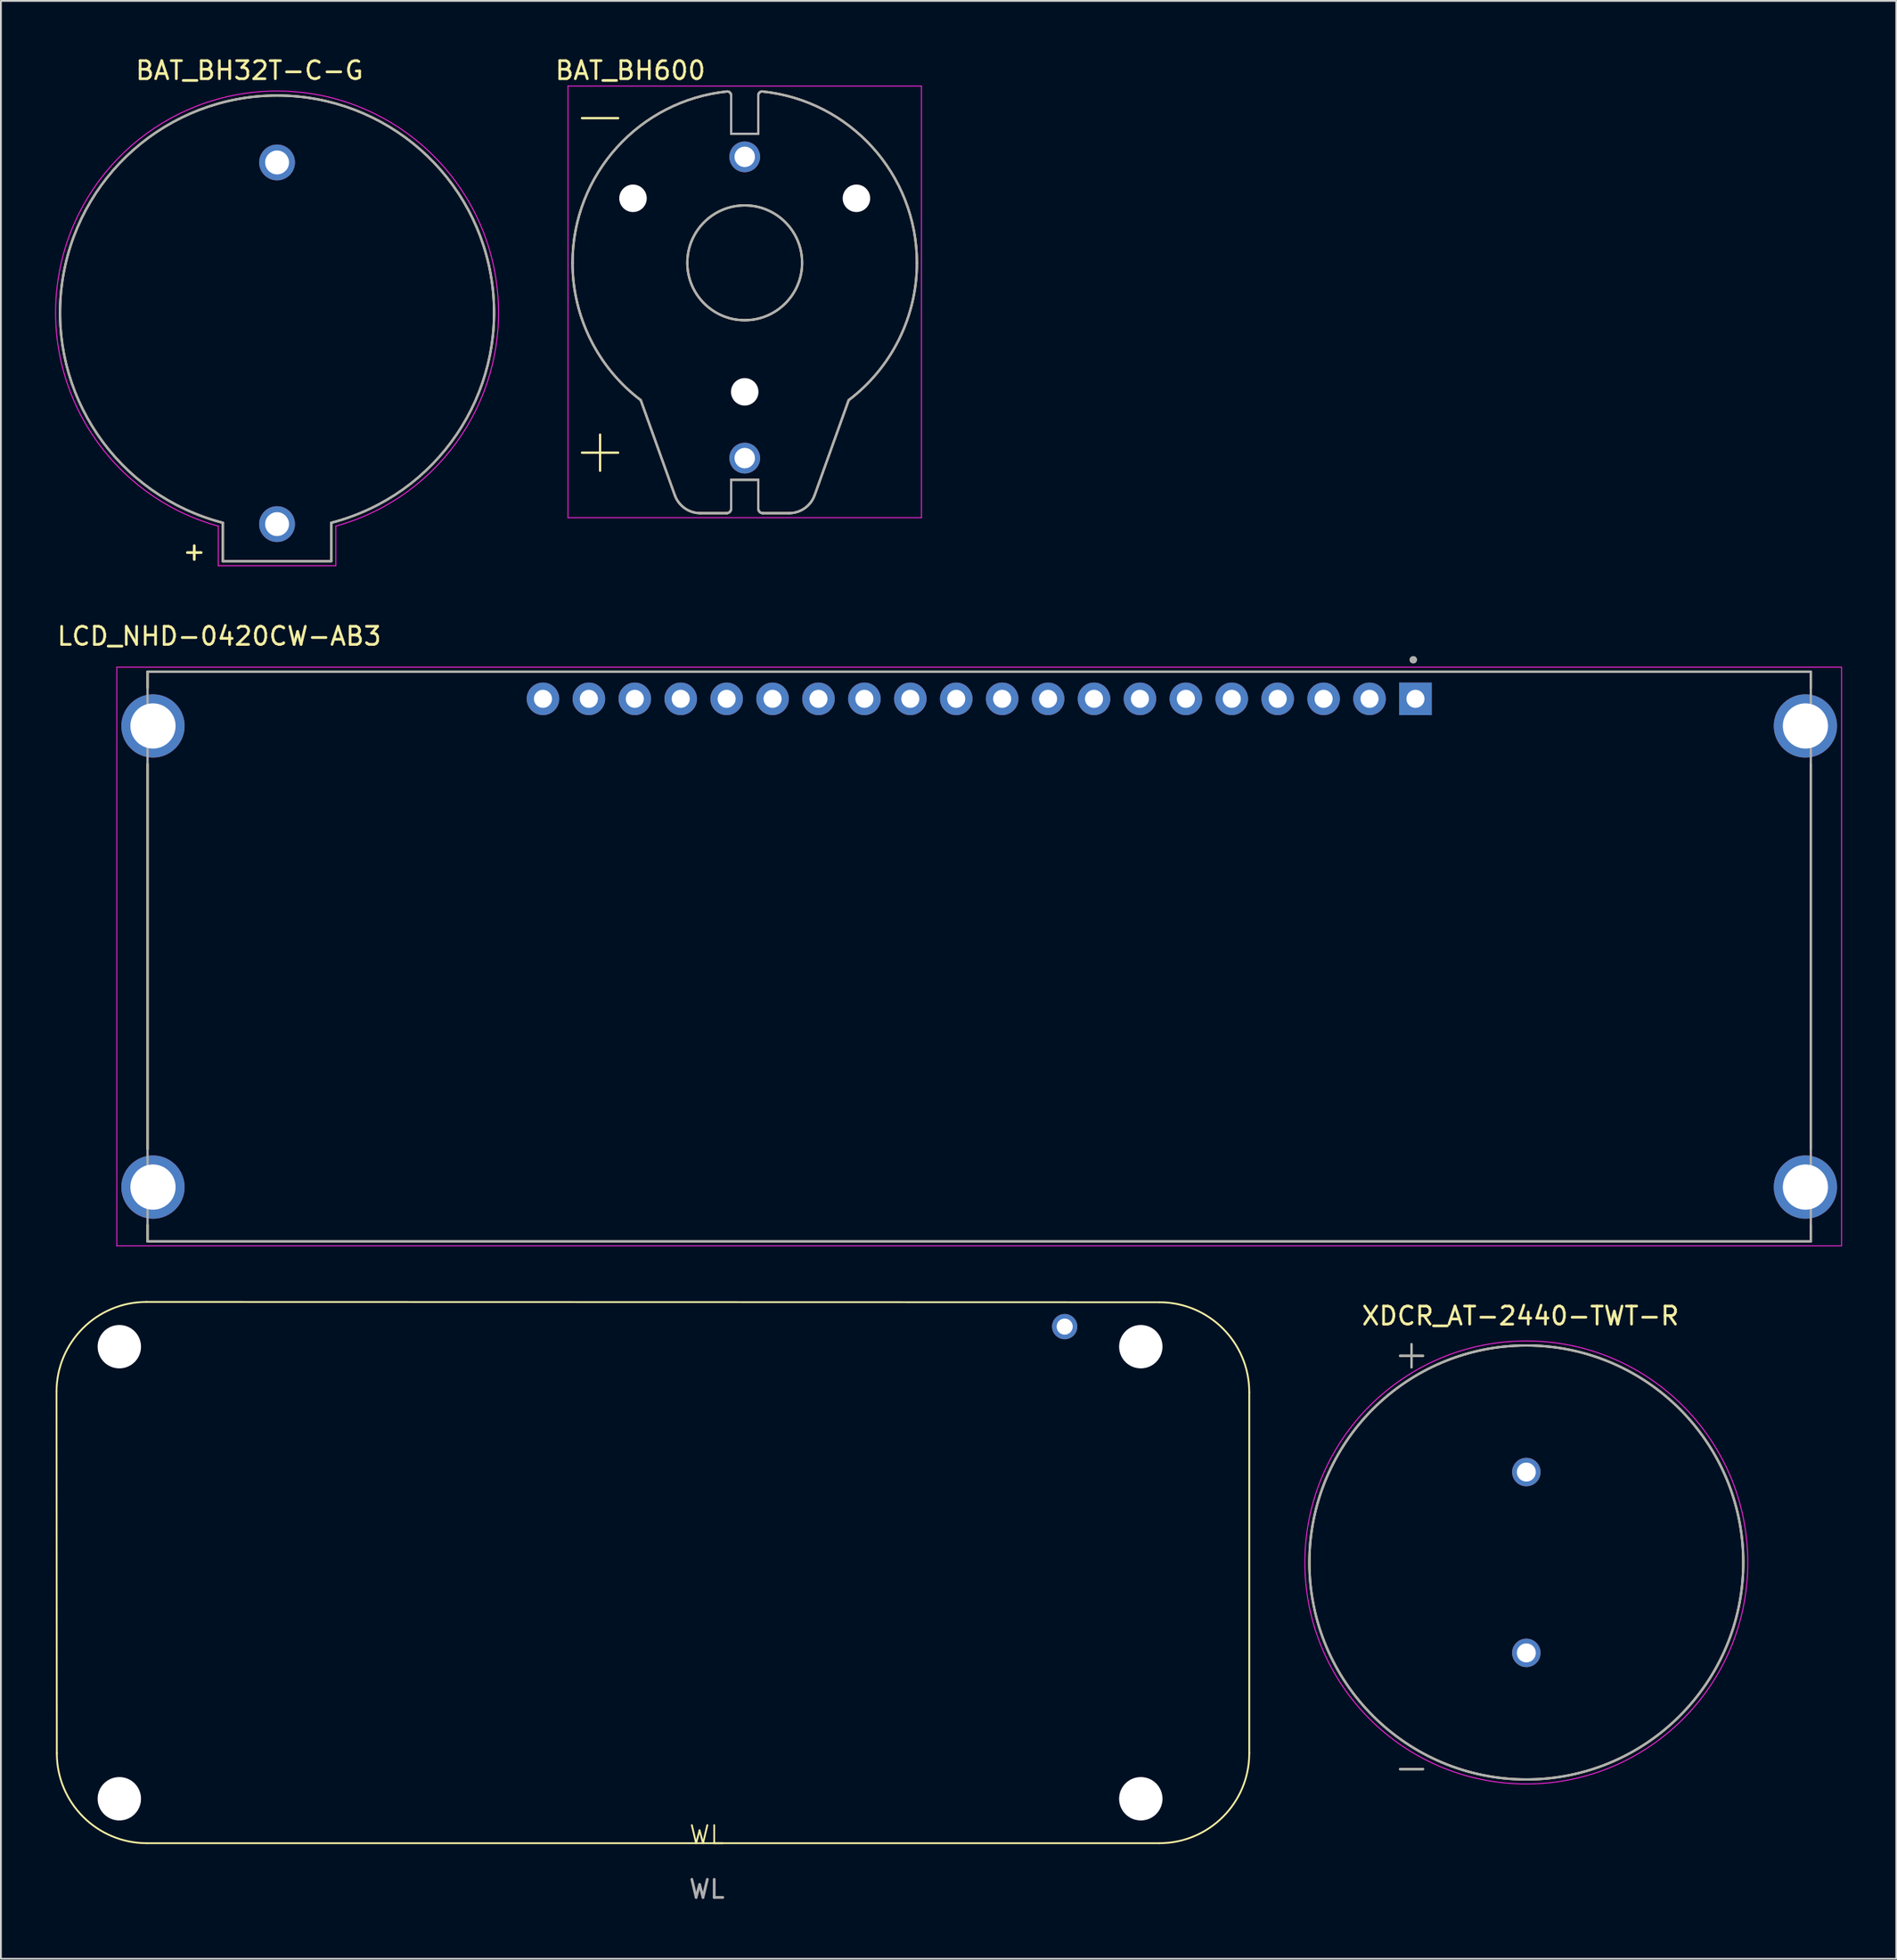
<source format=kicad_pcb>
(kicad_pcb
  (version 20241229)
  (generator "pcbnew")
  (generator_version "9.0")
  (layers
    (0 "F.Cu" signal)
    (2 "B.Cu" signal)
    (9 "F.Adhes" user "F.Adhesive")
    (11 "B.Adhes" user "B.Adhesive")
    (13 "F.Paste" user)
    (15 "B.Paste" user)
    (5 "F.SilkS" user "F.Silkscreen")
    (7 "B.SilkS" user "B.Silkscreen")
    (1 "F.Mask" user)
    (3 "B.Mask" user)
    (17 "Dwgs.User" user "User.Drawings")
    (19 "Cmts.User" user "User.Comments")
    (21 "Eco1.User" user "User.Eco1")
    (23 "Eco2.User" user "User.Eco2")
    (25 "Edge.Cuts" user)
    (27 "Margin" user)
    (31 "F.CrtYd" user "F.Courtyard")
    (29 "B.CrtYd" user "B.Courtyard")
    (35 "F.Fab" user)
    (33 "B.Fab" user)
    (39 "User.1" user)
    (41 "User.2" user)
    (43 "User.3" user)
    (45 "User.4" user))
  (footprint "BAT_BH32T-C-G"
    (layer "F.Cu")
    (at 12.275 14.233)
    (property "Reference" "BAT_BH32T-C-G" (at -1.525 -13.385 0) (layer "F.SilkS") (effects (font (size 1 1) (thickness 0.15))))
    (attr through_hole)
    (fp_line (start -3 13.75) (end -3 11.625) (stroke (width 0.127) (type solid)) (layer "F.SilkS"))
    (fp_line (start -3 13.75) (end 3 13.75) (stroke (width 0.127) (type solid)) (layer "F.SilkS"))
    (fp_line (start 3 13.75) (end 3 11.625) (stroke (width 0.127) (type solid)) (layer "F.SilkS"))
    (fp_arc (start -3 11.625) (mid 0 -12.000567) (end 3 11.625) (stroke (width 0.127) (type solid)) (layer "F.SilkS"))
    (fp_line (start -3.25 11.811) (end -3.25 14) (stroke (width 0.05) (type solid)) (layer "F.CrtYd"))
    (fp_line (start -3.25 14) (end 3.25 14) (stroke (width 0.05) (type solid)) (layer "F.CrtYd"))
    (fp_line (start 3.25 14) (end 3.25 11.811) (stroke (width 0.05) (type solid)) (layer "F.CrtYd"))
    (fp_arc (start -3.25 11.811) (mid 0 -12.249447) (end 3.25 11.811) (stroke (width 0.05) (type solid)) (layer "F.CrtYd"))
    (fp_line (start -3 13.75) (end -3 11.625) (stroke (width 0.127) (type solid)) (layer "F.Fab"))
    (fp_line (start -3 13.75) (end 3 13.75) (stroke (width 0.127) (type solid)) (layer "F.Fab"))
    (fp_line (start 3 13.75) (end 3 11.625) (stroke (width 0.127) (type solid)) (layer "F.Fab"))
    (fp_arc (start -3 11.625) (mid 0 -12.000567) (end 3 11.625) (stroke (width 0.127) (type solid)) (layer "F.Fab"))
    (fp_text user "+" (at -4.58 13.2 0) (layer "F.SilkS") (effects (font (size 1 1) (thickness 0.15))))
    (pad "+" thru_hole circle (at 0 11.7) (size 1.981 1.981) (drill 1.321) (layers "*.Cu" "*.Mask"))
    (pad "-" thru_hole circle (at 0 -8.3) (size 1.981 1.981) (drill 1.321) (layers "*.Cu" "*.Mask")))
  (footprint "WL"
    (layer "F.Cu")
    (at 36.05 98.92)
    (property "Reference" "WL" (at 0 -0.5 0) (unlocked yes) (layer "F.SilkS") (effects (font (size 1 1) (thickness 0.1))))
    (attr through_hole)
    (fp_line (start -35.957 -5.017) (end -35.974 -25) (stroke (width 0.1) (type default)) (layer "F.SilkS"))
    (fp_line (start -31 -29.974) (end 25.026 -29.957) (stroke (width 0.1) (type default)) (layer "F.SilkS"))
    (fp_line (start 25.026 -0.043) (end -30.983 -0.043) (stroke (width 0.1) (type default)) (layer "F.SilkS"))
    (fp_line (start 30 -24.983) (end 30 -5.017) (stroke (width 0.1) (type default)) (layer "F.SilkS"))
    (fp_arc (start -35.974098 -25) (mid -34.517218 -28.517218) (end -31 -29.974098) (stroke (width 0.1) (type default)) (layer "F.SilkS"))
    (fp_arc (start -30.982782 -0.04312) (mid -34.5 -1.5) (end -35.95688 -5.017218) (stroke (width 0.1) (type default)) (layer "F.SilkS"))
    (fp_arc (start 25.025902 -29.95688) (mid 28.54312 -28.5) (end 30 -24.982782) (stroke (width 0.1) (type default)) (layer "F.SilkS"))
    (fp_arc (start 30 -5.017218) (mid 28.54312 -1.5) (end 25.025902 -0.04312) (stroke (width 0.1) (type default)) (layer "F.SilkS"))
    (fp_rect (start -36 -30) (end 30 0) (stroke (width 0.1) (type default)) (fill no) (layer "User.2"))
    (fp_rect (start 5.359 -6.172) (end 13.995 1.194) (stroke (width 0.1) (type default)) (fill no) (layer "User.2"))
    (fp_text user "${REFERENCE}" (at 0 2.5 0) (unlocked yes) (layer "F.Fab") (effects (font (size 1 1) (thickness 0.15))))
    (pad "" np_thru_hole circle (at -32.5 -27.5) (size 2.4 2.4) (drill 2.4) (layers "*.Cu" "*.Mask"))
    (pad "" np_thru_hole circle (at -32.5 -2.5) (size 2.4 2.4) (drill 2.4) (layers "*.Cu" "*.Mask"))
    (pad "" thru_hole circle (at 19.79 -28.61) (size 1.397 1.397) (drill 0.889) (layers "*.Cu" "*.Mask"))
    (pad "" np_thru_hole circle (at 24 -27.5) (size 2.4 2.4) (drill 2.4) (layers "*.Cu" "*.Mask"))
    (pad "" np_thru_hole circle (at 24 -2.5) (size 2.4 2.4) (drill 2.4) (layers "*.Cu" "*.Mask")))
  (footprint "BAT_BH600"
    (layer "F.Cu")
    (at 38.142 11.483)
    (property "Reference" "BAT_BH600" (at -6.325 -10.635 0) (layer "F.SilkS") (effects (font (size 1 1) (thickness 0.15))))
    (attr through_hole)
    (fp_line (start -9 -8) (end -7 -8) (stroke (width 0.127) (type solid)) (layer "F.SilkS"))
    (fp_line (start -9 10.5) (end -7 10.5) (stroke (width 0.127) (type solid)) (layer "F.SilkS"))
    (fp_line (start -8 9.5) (end -8 11.5) (stroke (width 0.127) (type solid)) (layer "F.SilkS"))
    (fp_line (start -5.75 7.595) (end -3.867 12.851) (stroke (width 0.127) (type solid)) (layer "F.SilkS"))
    (fp_line (start -2.455 13.845) (end -1 13.845) (stroke (width 0.127) (type solid)) (layer "F.SilkS"))
    (fp_line (start -0.75 -7.135) (end -0.75 -9.25) (stroke (width 0.127) (type solid)) (layer "F.SilkS"))
    (fp_line (start -0.75 -7.135) (end 0.75 -7.135) (stroke (width 0.127) (type solid)) (layer "F.SilkS"))
    (fp_line (start -0.75 12) (end 0.75 12) (stroke (width 0.127) (type solid)) (layer "F.SilkS"))
    (fp_line (start -0.75 13.595) (end -0.75 12) (stroke (width 0.127) (type solid)) (layer "F.SilkS"))
    (fp_line (start 0.75 -7.135) (end 0.75 -9.25) (stroke (width 0.127) (type solid)) (layer "F.SilkS"))
    (fp_line (start 0.75 13.595) (end 0.75 12) (stroke (width 0.127) (type solid)) (layer "F.SilkS"))
    (fp_line (start 2.455 13.845) (end 1 13.845) (stroke (width 0.127) (type solid)) (layer "F.SilkS"))
    (fp_line (start 5.75 7.595) (end 3.867 12.851) (stroke (width 0.127) (type solid)) (layer "F.SilkS"))
    (fp_arc (start -9.525 0) (mid -7.066428 -6.386253) (end -0.960001 -9.475) (stroke (width 0.127) (type solid)) (layer "F.SilkS"))
    (fp_arc (start -5.75 7.595) (mid -8.530028 4.24112) (end -9.525 0) (stroke (width 0.127) (type solid)) (layer "F.SilkS"))
    (fp_arc (start -2.45476 13.845) (mid -3.318211 13.57154) (end -3.86685 12.8509) (stroke (width 0.127) (type solid)) (layer "F.SilkS"))
    (fp_arc (start -0.96 -9.475) (mid -0.808401 -9.405992) (end -0.75 -9.25) (stroke (width 0.127) (type solid)) (layer "F.SilkS"))
    (fp_arc (start -0.75 13.595) (mid -0.823223 13.771777) (end -1 13.845) (stroke (width 0.127) (type solid)) (layer "F.SilkS"))
    (fp_arc (start 0.75 -9.25) (mid 0.807691 -9.406655) (end 0.96 -9.475) (stroke (width 0.127) (type solid)) (layer "F.SilkS"))
    (fp_arc (start 0.960001 -9.475) (mid 7.066428 -6.386253) (end 9.525 0) (stroke (width 0.127) (type solid)) (layer "F.SilkS"))
    (fp_arc (start 1 13.845) (mid 0.823223 13.771777) (end 0.75 13.595) (stroke (width 0.127) (type solid)) (layer "F.SilkS"))
    (fp_arc (start 3.86685 12.8509) (mid 3.318211 13.57154) (end 2.45476 13.845) (stroke (width 0.127) (type solid)) (layer "F.SilkS"))
    (fp_arc (start 9.525 0) (mid 8.530028 4.24112) (end 5.75 7.595) (stroke (width 0.127) (type solid)) (layer "F.SilkS"))
    (fp_circle (center 0 0) (end 3.175 0) (stroke (width 0.127) (type solid)) (fill no) (layer "F.SilkS"))
    (fp_line (start -9.775 -9.775) (end -9.775 14.095) (stroke (width 0.05) (type solid)) (layer "F.CrtYd"))
    (fp_line (start -9.775 14.095) (end 9.775 14.095) (stroke (width 0.05) (type solid)) (layer "F.CrtYd"))
    (fp_line (start 9.775 -9.775) (end -9.775 -9.775) (stroke (width 0.05) (type solid)) (layer "F.CrtYd"))
    (fp_line (start 9.775 14.095) (end 9.775 -9.775) (stroke (width 0.05) (type solid)) (layer "F.CrtYd"))
    (fp_line (start -5.75 7.595) (end -3.867 12.851) (stroke (width 0.127) (type solid)) (layer "F.Fab"))
    (fp_line (start -2.455 13.845) (end -1 13.845) (stroke (width 0.127) (type solid)) (layer "F.Fab"))
    (fp_line (start -0.75 -7.135) (end -0.75 -9.25) (stroke (width 0.127) (type solid)) (layer "F.Fab"))
    (fp_line (start -0.75 -7.135) (end 0.75 -7.135) (stroke (width 0.127) (type solid)) (layer "F.Fab"))
    (fp_line (start -0.75 12) (end 0.75 12) (stroke (width 0.127) (type solid)) (layer "F.Fab"))
    (fp_line (start -0.75 13.595) (end -0.75 12) (stroke (width 0.127) (type solid)) (layer "F.Fab"))
    (fp_line (start 0.75 -7.135) (end 0.75 -9.25) (stroke (width 0.127) (type solid)) (layer "F.Fab"))
    (fp_line (start 0.75 13.595) (end 0.75 12) (stroke (width 0.127) (type solid)) (layer "F.Fab"))
    (fp_line (start 2.455 13.845) (end 1 13.845) (stroke (width 0.127) (type solid)) (layer "F.Fab"))
    (fp_line (start 5.75 7.595) (end 3.867 12.851) (stroke (width 0.127) (type solid)) (layer "F.Fab"))
    (fp_arc (start -9.525 0) (mid -7.066428 -6.386253) (end -0.960001 -9.475) (stroke (width 0.127) (type solid)) (layer "F.Fab"))
    (fp_arc (start -5.75 7.595) (mid -8.530028 4.24112) (end -9.525 0) (stroke (width 0.127) (type solid)) (layer "F.Fab"))
    (fp_arc (start -2.45476 13.845) (mid -3.318211 13.57154) (end -3.86685 12.8509) (stroke (width 0.127) (type solid)) (layer "F.Fab"))
    (fp_arc (start -0.96 -9.475) (mid -0.808401 -9.405992) (end -0.75 -9.25) (stroke (width 0.127) (type solid)) (layer "F.Fab"))
    (fp_arc (start -0.75 13.595) (mid -0.823223 13.771777) (end -1 13.845) (stroke (width 0.127) (type solid)) (layer "F.Fab"))
    (fp_arc (start 0.75 -9.25) (mid 0.807691 -9.406655) (end 0.96 -9.475) (stroke (width 0.127) (type solid)) (layer "F.Fab"))
    (fp_arc (start 0.960001 -9.475) (mid 7.066428 -6.386253) (end 9.525 0) (stroke (width 0.127) (type solid)) (layer "F.Fab"))
    (fp_arc (start 1 13.845) (mid 0.823223 13.771777) (end 0.75 13.595) (stroke (width 0.127) (type solid)) (layer "F.Fab"))
    (fp_arc (start 3.86685 12.8509) (mid 3.318211 13.57154) (end 2.45476 13.845) (stroke (width 0.127) (type solid)) (layer "F.Fab"))
    (fp_arc (start 9.525 0) (mid 8.530028 4.24112) (end 5.75 7.595) (stroke (width 0.127) (type solid)) (layer "F.Fab"))
    (fp_circle (center 0 0) (end 3.175 0) (stroke (width 0.127) (type solid)) (fill no) (layer "F.Fab"))
    (pad "" np_thru_hole circle (at -6.179 -3.567) (size 1.52 1.52) (drill 1.52) (layers "*.Cu" "*.Mask"))
    (pad "" np_thru_hole circle (at 0 7.135) (size 1.52 1.52) (drill 1.52) (layers "*.Cu" "*.Mask"))
    (pad "" np_thru_hole circle (at 6.179 -3.567) (size 1.52 1.52) (drill 1.52) (layers "*.Cu" "*.Mask"))
    (pad "+" thru_hole circle (at 0 10.8) (size 1.7 1.7) (drill 1.13) (layers "*.Cu" "*.Mask"))
    (pad "-" thru_hole circle (at 0 -5.86) (size 1.7 1.7) (drill 1.13) (layers "*.Cu" "*.Mask")))
  (footprint "XDCR_AT-2440-TWT-R"
    (layer "F.Cu")
    (at 81.375 83.353)
    (property "Reference" "XDCR_AT-2440-TWT-R" (at -0.325 -13.635 0) (layer "F.SilkS") (effects (font (size 1 1) (thickness 0.15))))
    (attr through_hole)
    (fp_line (start -6.985 -11.43) (end -5.715 -11.43) (stroke (width 0.127) (type solid)) (layer "F.SilkS"))
    (fp_line (start -6.985 11.43) (end -5.715 11.43) (stroke (width 0.127) (type solid)) (layer "F.SilkS"))
    (fp_line (start -6.35 -12.065) (end -6.35 -10.795) (stroke (width 0.127) (type solid)) (layer "F.SilkS"))
    (fp_circle (center 0 0) (end 12 0) (stroke (width 0.127) (type solid)) (fill no) (layer "F.SilkS"))
    (fp_circle (center 0 0) (end 12.25 0) (stroke (width 0.05) (type solid)) (fill no) (layer "F.CrtYd"))
    (fp_line (start -6.985 -11.43) (end -5.715 -11.43) (stroke (width 0.127) (type solid)) (layer "F.Fab"))
    (fp_line (start -6.985 11.43) (end -5.715 11.43) (stroke (width 0.127) (type solid)) (layer "F.Fab"))
    (fp_line (start -6.35 -12.065) (end -6.35 -10.795) (stroke (width 0.127) (type solid)) (layer "F.Fab"))
    (fp_circle (center 0 0) (end 12 0) (stroke (width 0.127) (type solid)) (fill no) (layer "F.Fab"))
    (pad "N" thru_hole circle (at 0 5) (size 1.575 1.575) (drill 1.05) (layers "*.Cu" "*.Mask"))
    (pad "P" thru_hole circle (at 0 -5) (size 1.575 1.575) (drill 1.05) (layers "*.Cu" "*.Mask")))
  (footprint "LCD_NHD-0420CW-AB3"
    (layer "F.Cu")
    (at 51.112 49.845)
    (property "Reference" "LCD_NHD-0420CW-AB3" (at -42.035 -17.715 0) (layer "F.SilkS") (effects (font (size 1 1) (thickness 0.15))))
    (attr through_hole)
    (fp_line (start -46 -15.75) (end -46 -14.85) (stroke (width 0.127) (type solid)) (layer "F.SilkS"))
    (fp_line (start -46 10.65) (end -46 -10.65) (stroke (width 0.127) (type solid)) (layer "F.SilkS"))
    (fp_line (start -46 14.85) (end -46 15.75) (stroke (width 0.127) (type solid)) (layer "F.SilkS"))
    (fp_line (start -46 15.75) (end 46 15.75) (stroke (width 0.127) (type solid)) (layer "F.SilkS"))
    (fp_line (start 46 -15.75) (end -46 -15.75) (stroke (width 0.127) (type solid)) (layer "F.SilkS"))
    (fp_line (start 46 -14.85) (end 46 -15.75) (stroke (width 0.127) (type solid)) (layer "F.SilkS"))
    (fp_line (start 46 -10.65) (end 46 10.65) (stroke (width 0.127) (type solid)) (layer "F.SilkS"))
    (fp_line (start 46 15.75) (end 46 14.85) (stroke (width 0.127) (type solid)) (layer "F.SilkS"))
    (fp_circle (center 24.01 -16.411) (end 24.11 -16.411) (stroke (width 0.2) (type solid)) (fill no) (layer "F.SilkS"))
    (fp_line (start -47.7 -16) (end -47.7 16) (stroke (width 0.05) (type solid)) (layer "F.CrtYd"))
    (fp_line (start -47.7 16) (end 47.7 16) (stroke (width 0.05) (type solid)) (layer "F.CrtYd"))
    (fp_line (start 47.7 -16) (end -47.7 -16) (stroke (width 0.05) (type solid)) (layer "F.CrtYd"))
    (fp_line (start 47.7 16) (end 47.7 -16) (stroke (width 0.05) (type solid)) (layer "F.CrtYd"))
    (fp_line (start -46 -15.75) (end 46 -15.75) (stroke (width 0.127) (type solid)) (layer "F.Fab"))
    (fp_line (start -46 15.75) (end -46 -15.75) (stroke (width 0.127) (type solid)) (layer "F.Fab"))
    (fp_line (start 46 -15.75) (end 46 15.75) (stroke (width 0.127) (type solid)) (layer "F.Fab"))
    (fp_line (start 46 15.75) (end -46 15.75) (stroke (width 0.127) (type solid)) (layer "F.Fab"))
    (fp_circle (center 24.01 -16.411) (end 24.11 -16.411) (stroke (width 0.2) (type solid)) (fill no) (layer "F.Fab"))
    (pad "1" thru_hole rect (at 24.13 -14.25) (size 1.8 1.8) (drill 1) (layers "*.Cu" "*.Mask"))
    (pad "2" thru_hole circle (at 21.59 -14.25) (size 1.8 1.8) (drill 1) (layers "*.Cu" "*.Mask"))
    (pad "3" thru_hole circle (at 19.05 -14.25) (size 1.8 1.8) (drill 1) (layers "*.Cu" "*.Mask"))
    (pad "4" thru_hole circle (at 16.51 -14.25) (size 1.8 1.8) (drill 1) (layers "*.Cu" "*.Mask"))
    (pad "5" thru_hole circle (at 13.97 -14.25) (size 1.8 1.8) (drill 1) (layers "*.Cu" "*.Mask"))
    (pad "6" thru_hole circle (at 11.43 -14.25) (size 1.8 1.8) (drill 1) (layers "*.Cu" "*.Mask"))
    (pad "7" thru_hole circle (at 8.89 -14.25) (size 1.8 1.8) (drill 1) (layers "*.Cu" "*.Mask"))
    (pad "8" thru_hole circle (at 6.35 -14.25) (size 1.8 1.8) (drill 1) (layers "*.Cu" "*.Mask"))
    (pad "9" thru_hole circle (at 3.81 -14.25) (size 1.8 1.8) (drill 1) (layers "*.Cu" "*.Mask"))
    (pad "10" thru_hole circle (at 1.27 -14.25) (size 1.8 1.8) (drill 1) (layers "*.Cu" "*.Mask"))
    (pad "11" thru_hole circle (at -1.27 -14.25) (size 1.8 1.8) (drill 1) (layers "*.Cu" "*.Mask"))
    (pad "12" thru_hole circle (at -3.81 -14.25) (size 1.8 1.8) (drill 1) (layers "*.Cu" "*.Mask"))
    (pad "13" thru_hole circle (at -6.35 -14.25) (size 1.8 1.8) (drill 1) (layers "*.Cu" "*.Mask"))
    (pad "14" thru_hole circle (at -8.89 -14.25) (size 1.8 1.8) (drill 1) (layers "*.Cu" "*.Mask"))
    (pad "15" thru_hole circle (at -11.43 -14.25) (size 1.8 1.8) (drill 1) (layers "*.Cu" "*.Mask"))
    (pad "16" thru_hole circle (at -13.97 -14.25) (size 1.8 1.8) (drill 1) (layers "*.Cu" "*.Mask"))
    (pad "17" thru_hole circle (at -16.51 -14.25) (size 1.8 1.8) (drill 1) (layers "*.Cu" "*.Mask"))
    (pad "18" thru_hole circle (at -19.05 -14.25) (size 1.8 1.8) (drill 1) (layers "*.Cu" "*.Mask"))
    (pad "19" thru_hole circle (at -21.59 -14.25) (size 1.8 1.8) (drill 1) (layers "*.Cu" "*.Mask"))
    (pad "20" thru_hole circle (at -24.13 -14.25) (size 1.8 1.8) (drill 1) (layers "*.Cu" "*.Mask"))
    (pad "SH1" thru_hole circle (at -45.7 -12.75) (size 3.5 3.5) (drill 2.5) (layers "*.Cu" "*.Mask"))
    (pad "SH2" thru_hole circle (at 45.7 -12.75) (size 3.5 3.5) (drill 2.5) (layers "*.Cu" "*.Mask"))
    (pad "SH3" thru_hole circle (at 45.7 12.75) (size 3.5 3.5) (drill 2.5) (layers "*.Cu" "*.Mask"))
    (pad "SH4" thru_hole circle (at -45.7 12.75) (size 3.5 3.5) (drill 2.5) (layers "*.Cu" "*.Mask")))
  (gr_rect
    (start -3 -3)
    (end 101.837 105.268)
    (stroke (width 0.1) (type default))
    (fill no)
    (layer "Edge.Cuts")))
</source>
